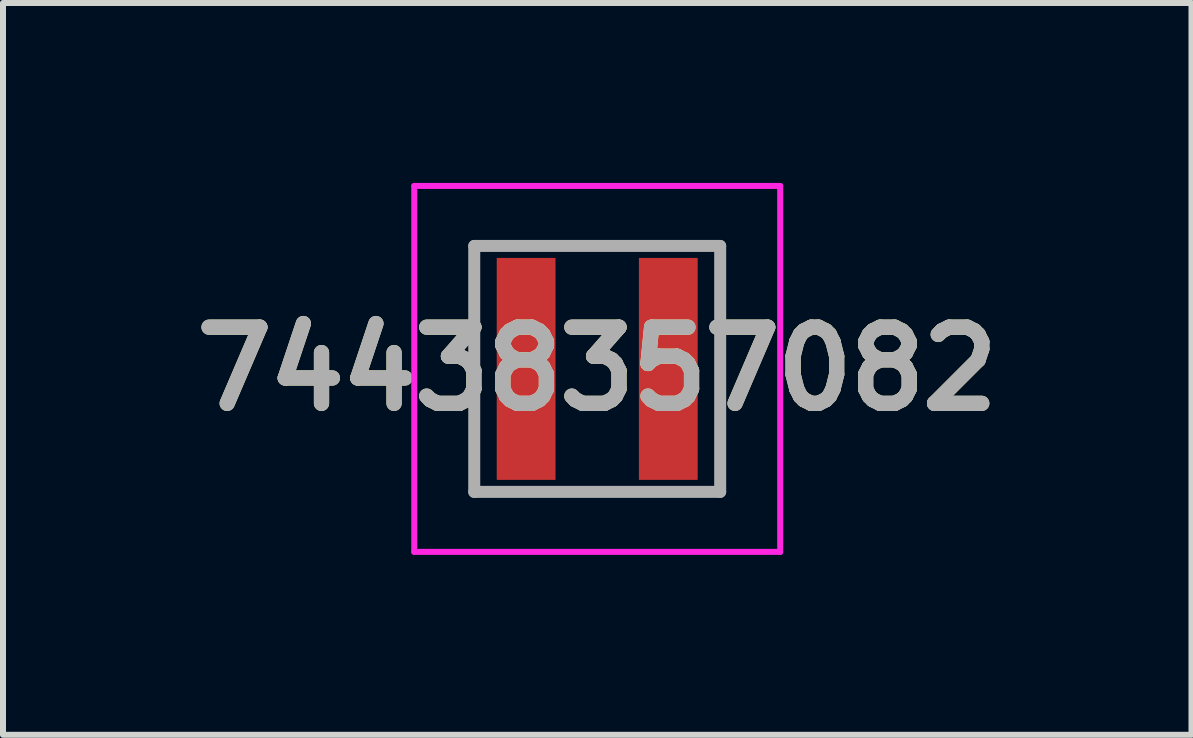
<source format=kicad_pcb>
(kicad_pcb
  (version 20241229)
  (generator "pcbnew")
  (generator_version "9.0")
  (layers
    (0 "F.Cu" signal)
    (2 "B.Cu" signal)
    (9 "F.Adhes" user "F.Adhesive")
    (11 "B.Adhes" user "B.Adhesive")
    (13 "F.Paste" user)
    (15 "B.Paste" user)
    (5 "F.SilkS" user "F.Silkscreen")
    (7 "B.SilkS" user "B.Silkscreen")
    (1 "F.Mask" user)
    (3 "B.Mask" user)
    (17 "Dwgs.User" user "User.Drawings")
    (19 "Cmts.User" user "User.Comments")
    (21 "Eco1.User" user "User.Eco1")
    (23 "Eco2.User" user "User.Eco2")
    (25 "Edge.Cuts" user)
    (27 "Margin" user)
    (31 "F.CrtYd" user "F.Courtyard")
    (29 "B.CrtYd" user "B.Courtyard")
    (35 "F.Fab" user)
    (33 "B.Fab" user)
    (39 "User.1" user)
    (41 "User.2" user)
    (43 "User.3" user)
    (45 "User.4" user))
  (footprint "74438357082"
    (layer "F.Cu")
    (at 6.906 3.1)
    (property "Reference" "74438357082" (at 0 0 0) (layer "F.SilkS") (effects (font (size 1.27 1.27) (thickness 0.254))))
    (attr smd)
    (fp_line (start -0.2 -2.05) (end 0.2 -2.05) (stroke (width 0.1) (type solid)) (layer "F.SilkS"))
    (fp_line (start -0.2 2.05) (end 0.2 2.05) (stroke (width 0.1) (type solid)) (layer "F.SilkS"))
    (fp_line (start -3.05 -3.05) (end 3.05 -3.05) (stroke (width 0.1) (type solid)) (layer "F.CrtYd"))
    (fp_line (start -3.05 3.05) (end -3.05 -3.05) (stroke (width 0.1) (type solid)) (layer "F.CrtYd"))
    (fp_line (start 3.05 -3.05) (end 3.05 3.05) (stroke (width 0.1) (type solid)) (layer "F.CrtYd"))
    (fp_line (start 3.05 3.05) (end -3.05 3.05) (stroke (width 0.1) (type solid)) (layer "F.CrtYd"))
    (fp_line (start -2.05 -2.05) (end 2.05 -2.05) (stroke (width 0.2) (type solid)) (layer "F.Fab"))
    (fp_line (start -2.05 2.05) (end -2.05 -2.05) (stroke (width 0.2) (type solid)) (layer "F.Fab"))
    (fp_line (start 2.05 -2.05) (end 2.05 2.05) (stroke (width 0.2) (type solid)) (layer "F.Fab"))
    (fp_line (start 2.05 2.05) (end -2.05 2.05) (stroke (width 0.2) (type solid)) (layer "F.Fab"))
    (fp_text user "${REFERENCE}" (at 0 0 0) (layer "F.Fab") (effects (font (size 1.27 1.27) (thickness 0.254))))
    (pad "1" smd rect (at -1.185 0) (size 0.98 3.7) (layers "F.Cu" "F.Mask" "F.Paste"))
    (pad "2" smd rect (at 1.185 0) (size 0.98 3.7) (layers "F.Cu" "F.Mask" "F.Paste")))
  (gr_rect
    (start -3 -3)
    (end 16.813 9.2)
    (stroke (width 0.1) (type default))
    (fill no)
    (layer "Edge.Cuts")))
</source>
